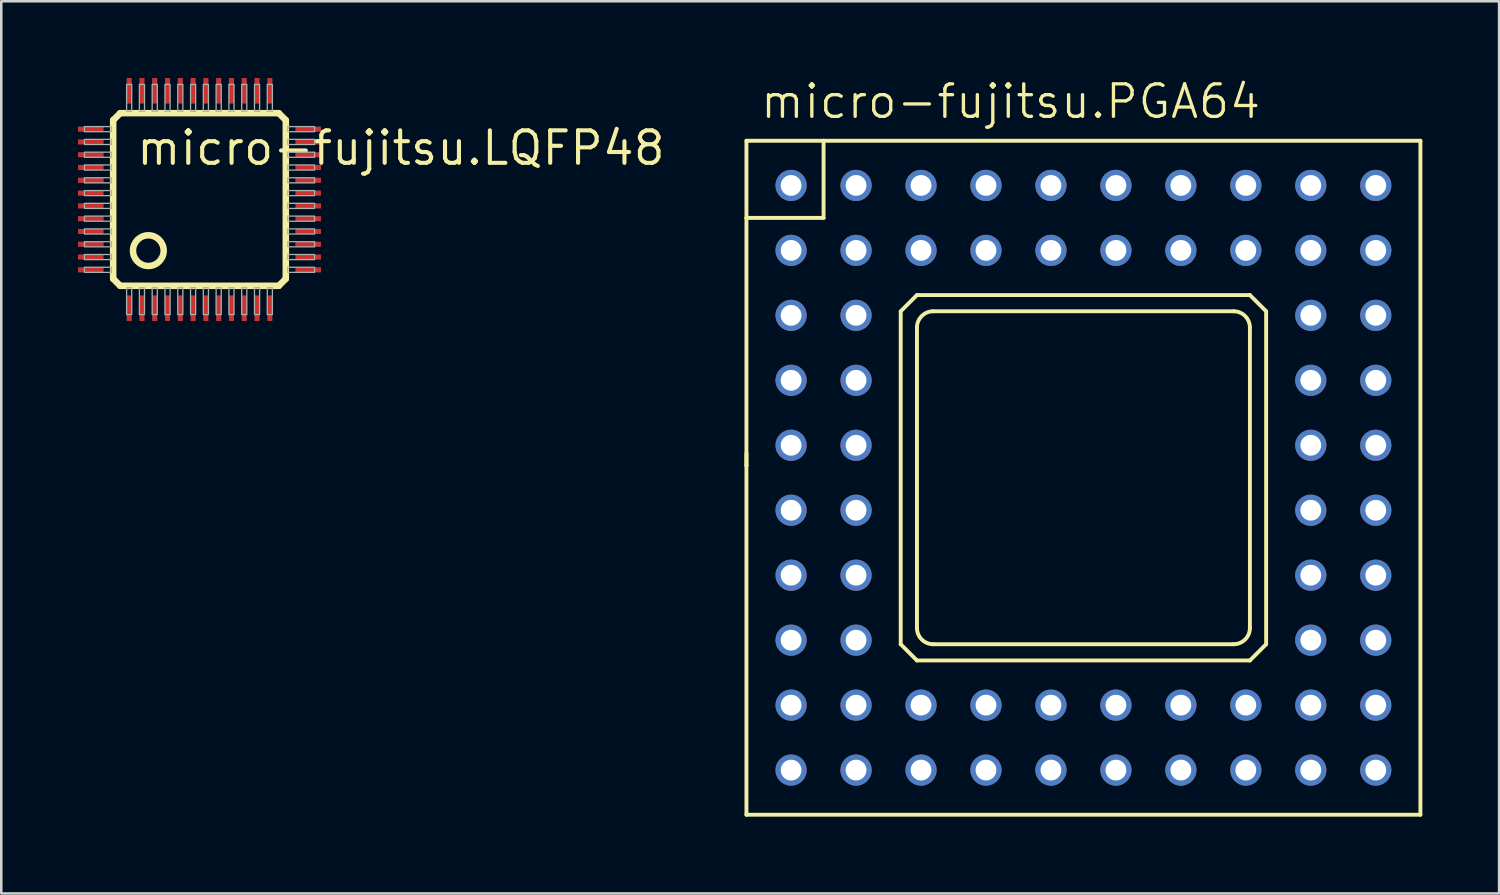
<source format=kicad_pcb>
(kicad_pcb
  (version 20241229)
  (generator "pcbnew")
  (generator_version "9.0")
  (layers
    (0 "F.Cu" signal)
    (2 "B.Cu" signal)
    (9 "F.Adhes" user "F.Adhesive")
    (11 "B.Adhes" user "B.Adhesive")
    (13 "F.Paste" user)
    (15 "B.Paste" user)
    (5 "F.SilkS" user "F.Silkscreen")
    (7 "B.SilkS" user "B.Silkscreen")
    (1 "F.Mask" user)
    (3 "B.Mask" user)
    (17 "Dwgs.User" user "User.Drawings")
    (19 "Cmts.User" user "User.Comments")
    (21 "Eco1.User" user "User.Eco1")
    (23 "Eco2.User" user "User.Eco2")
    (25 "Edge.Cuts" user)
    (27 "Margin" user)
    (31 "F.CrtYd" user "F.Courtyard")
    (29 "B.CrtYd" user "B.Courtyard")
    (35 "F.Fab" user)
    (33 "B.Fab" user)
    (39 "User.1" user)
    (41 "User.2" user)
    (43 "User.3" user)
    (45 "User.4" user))
  (footprint "micro-fujitsu.PGA64"
    (layer "F.Cu")
    (at 39.311 15.63)
    (property "Reference" "micro-fujitsu.PGA64" (at -12.7 -13.97 0) (layer "F.SilkS") (effects (font (size 1.27 1.27) (thickness 0.13)) (justify left bottom)))
    (attr through_hole)
    (fp_line (start -13.176 -0.953) (end -13.176 -0.476) (stroke (width 0.152) (type default)) (layer "F.SilkS"))
    (fp_line (start -13.176 13.176) (end 13.176 13.176) (stroke (width 0.152) (type default)) (layer "F.SilkS"))
    (fp_line (start -13.176 -13.176) (end -13.176 -10.16) (stroke (width 0.152) (type default)) (layer "F.SilkS"))
    (fp_line (start -13.176 -10.16) (end -13.176 -0.476) (stroke (width 0.152) (type default)) (layer "F.SilkS"))
    (fp_line (start -13.176 -0.476) (end -13.176 13.176) (stroke (width 0.152) (type default)) (layer "F.SilkS"))
    (fp_line (start -10.16 -13.176) (end -13.176 -13.176) (stroke (width 0.152) (type default)) (layer "F.SilkS"))
    (fp_line (start -10.16 -13.176) (end -10.16 -10.16) (stroke (width 0.152) (type default)) (layer "F.SilkS"))
    (fp_line (start -10.16 -10.16) (end -13.176 -10.16) (stroke (width 0.152) (type default)) (layer "F.SilkS"))
    (fp_line (start -7.144 -6.509) (end -7.144 6.509) (stroke (width 0.152) (type default)) (layer "F.SilkS"))
    (fp_line (start -7.144 6.509) (end -6.509 7.144) (stroke (width 0.152) (type default)) (layer "F.SilkS"))
    (fp_line (start -6.509 -7.144) (end -7.144 -6.509) (stroke (width 0.152) (type default)) (layer "F.SilkS"))
    (fp_line (start -6.509 7.144) (end 6.509 7.144) (stroke (width 0.152) (type default)) (layer "F.SilkS"))
    (fp_line (start -6.509 5.874) (end -6.509 -5.874) (stroke (width 0.152) (type default)) (layer "F.SilkS"))
    (fp_line (start -5.874 -6.509) (end 5.874 -6.509) (stroke (width 0.152) (type default)) (layer "F.SilkS"))
    (fp_line (start 5.874 6.509) (end -5.874 6.509) (stroke (width 0.152) (type default)) (layer "F.SilkS"))
    (fp_line (start 6.509 -7.144) (end -6.509 -7.144) (stroke (width 0.152) (type default)) (layer "F.SilkS"))
    (fp_line (start 6.509 -5.874) (end 6.509 5.874) (stroke (width 0.152) (type default)) (layer "F.SilkS"))
    (fp_line (start 6.509 7.144) (end 7.144 6.509) (stroke (width 0.152) (type default)) (layer "F.SilkS"))
    (fp_line (start 7.144 -6.509) (end 6.509 -7.144) (stroke (width 0.152) (type default)) (layer "F.SilkS"))
    (fp_line (start 7.144 6.509) (end 7.144 -6.509) (stroke (width 0.152) (type default)) (layer "F.SilkS"))
    (fp_line (start 13.176 13.176) (end 13.176 -13.176) (stroke (width 0.152) (type default)) (layer "F.SilkS"))
    (fp_line (start 13.176 -13.176) (end -10.16 -13.176) (stroke (width 0.152) (type default)) (layer "F.SilkS"))
    (fp_arc (start -6.509 -5.874) (mid -6.323013 -6.323013) (end -5.874 -6.509) (stroke (width 0.1524) (type default)) (layer "F.SilkS"))
    (fp_arc (start -5.8737 6.5087) (mid -6.322713 6.322713) (end -6.5087 5.8737) (stroke (width 0.1524) (type default)) (layer "F.SilkS"))
    (fp_arc (start 5.8738 -6.5088) (mid 6.322813 -6.322813) (end 6.5088 -5.8738) (stroke (width 0.1524) (type default)) (layer "F.SilkS"))
    (fp_arc (start 6.5088 5.8737) (mid 6.322813 6.322713) (end 5.8738 6.5087) (stroke (width 0.1524) (type default)) (layer "F.SilkS"))
    (pad "1" thru_hole circle (at -11.43 -11.43) (size 1.219 1.219) (drill 0.813) (layers "*.Cu" "*.Mask"))
    (pad "2" thru_hole circle (at -11.43 -8.89) (size 1.219 1.219) (drill 0.813) (layers "*.Cu" "*.Mask"))
    (pad "3" thru_hole circle (at -11.43 -6.35) (size 1.219 1.219) (drill 0.813) (layers "*.Cu" "*.Mask"))
    (pad "4" thru_hole circle (at -11.43 -3.81) (size 1.219 1.219) (drill 0.813) (layers "*.Cu" "*.Mask"))
    (pad "5" thru_hole circle (at -11.43 -1.27) (size 1.219 1.219) (drill 0.813) (layers "*.Cu" "*.Mask"))
    (pad "6" thru_hole circle (at -11.43 1.27) (size 1.219 1.219) (drill 0.813) (layers "*.Cu" "*.Mask"))
    (pad "7" thru_hole circle (at -11.43 3.81) (size 1.219 1.219) (drill 0.813) (layers "*.Cu" "*.Mask"))
    (pad "8" thru_hole circle (at -11.43 6.35) (size 1.219 1.219) (drill 0.813) (layers "*.Cu" "*.Mask"))
    (pad "9" thru_hole circle (at -11.43 8.89) (size 1.219 1.219) (drill 0.813) (layers "*.Cu" "*.Mask"))
    (pad "10" thru_hole circle (at -11.43 11.43) (size 1.219 1.219) (drill 0.813) (layers "*.Cu" "*.Mask"))
    (pad "11" thru_hole circle (at -8.89 11.43) (size 1.219 1.219) (drill 0.813) (layers "*.Cu" "*.Mask"))
    (pad "12" thru_hole circle (at -6.35 11.43) (size 1.219 1.219) (drill 0.813) (layers "*.Cu" "*.Mask"))
    (pad "13" thru_hole circle (at -3.81 11.43) (size 1.219 1.219) (drill 0.813) (layers "*.Cu" "*.Mask"))
    (pad "14" thru_hole circle (at -1.27 11.43) (size 1.219 1.219) (drill 0.813) (layers "*.Cu" "*.Mask"))
    (pad "15" thru_hole circle (at 1.27 11.43) (size 1.219 1.219) (drill 0.813) (layers "*.Cu" "*.Mask"))
    (pad "16" thru_hole circle (at 3.81 11.43) (size 1.219 1.219) (drill 0.813) (layers "*.Cu" "*.Mask"))
    (pad "17" thru_hole circle (at 6.35 11.43) (size 1.219 1.219) (drill 0.813) (layers "*.Cu" "*.Mask"))
    (pad "18" thru_hole circle (at 8.89 11.43) (size 1.219 1.219) (drill 0.813) (layers "*.Cu" "*.Mask"))
    (pad "19" thru_hole circle (at 11.43 11.43) (size 1.219 1.219) (drill 0.813) (layers "*.Cu" "*.Mask"))
    (pad "20" thru_hole circle (at 11.43 8.89) (size 1.219 1.219) (drill 0.813) (layers "*.Cu" "*.Mask"))
    (pad "21" thru_hole circle (at 11.43 6.35) (size 1.219 1.219) (drill 0.813) (layers "*.Cu" "*.Mask"))
    (pad "22" thru_hole circle (at 11.43 3.81) (size 1.219 1.219) (drill 0.813) (layers "*.Cu" "*.Mask"))
    (pad "23" thru_hole circle (at 11.43 1.27) (size 1.219 1.219) (drill 0.813) (layers "*.Cu" "*.Mask"))
    (pad "24" thru_hole circle (at 11.43 -1.27) (size 1.219 1.219) (drill 0.813) (layers "*.Cu" "*.Mask"))
    (pad "25" thru_hole circle (at 11.43 -3.81) (size 1.219 1.219) (drill 0.813) (layers "*.Cu" "*.Mask"))
    (pad "26" thru_hole circle (at 11.43 -6.35) (size 1.219 1.219) (drill 0.813) (layers "*.Cu" "*.Mask"))
    (pad "27" thru_hole circle (at 11.43 -8.89) (size 1.219 1.219) (drill 0.813) (layers "*.Cu" "*.Mask"))
    (pad "28" thru_hole circle (at 11.43 -11.43) (size 1.219 1.219) (drill 0.813) (layers "*.Cu" "*.Mask"))
    (pad "29" thru_hole circle (at 8.89 -11.43) (size 1.219 1.219) (drill 0.813) (layers "*.Cu" "*.Mask"))
    (pad "30" thru_hole circle (at 6.35 -11.43) (size 1.219 1.219) (drill 0.813) (layers "*.Cu" "*.Mask"))
    (pad "31" thru_hole circle (at 3.81 -11.43) (size 1.219 1.219) (drill 0.813) (layers "*.Cu" "*.Mask"))
    (pad "32" thru_hole circle (at 1.27 -11.43) (size 1.219 1.219) (drill 0.813) (layers "*.Cu" "*.Mask"))
    (pad "33" thru_hole circle (at -1.27 -11.43) (size 1.219 1.219) (drill 0.813) (layers "*.Cu" "*.Mask"))
    (pad "34" thru_hole circle (at -3.81 -11.43) (size 1.219 1.219) (drill 0.813) (layers "*.Cu" "*.Mask"))
    (pad "35" thru_hole circle (at -6.35 -11.43) (size 1.219 1.219) (drill 0.813) (layers "*.Cu" "*.Mask"))
    (pad "36" thru_hole circle (at -8.89 -11.43) (size 1.219 1.219) (drill 0.813) (layers "*.Cu" "*.Mask"))
    (pad "37" thru_hole circle (at -8.89 -8.89) (size 1.219 1.219) (drill 0.813) (layers "*.Cu" "*.Mask"))
    (pad "38" thru_hole circle (at -8.89 -6.35) (size 1.219 1.219) (drill 0.813) (layers "*.Cu" "*.Mask"))
    (pad "39" thru_hole circle (at -8.89 -3.81) (size 1.219 1.219) (drill 0.813) (layers "*.Cu" "*.Mask"))
    (pad "40" thru_hole circle (at -8.89 -1.27) (size 1.219 1.219) (drill 0.813) (layers "*.Cu" "*.Mask"))
    (pad "41" thru_hole circle (at -8.89 1.27) (size 1.219 1.219) (drill 0.813) (layers "*.Cu" "*.Mask"))
    (pad "42" thru_hole circle (at -8.89 3.81) (size 1.219 1.219) (drill 0.813) (layers "*.Cu" "*.Mask"))
    (pad "43" thru_hole circle (at -8.89 6.35) (size 1.219 1.219) (drill 0.813) (layers "*.Cu" "*.Mask"))
    (pad "44" thru_hole circle (at -8.89 8.89) (size 1.219 1.219) (drill 0.813) (layers "*.Cu" "*.Mask"))
    (pad "45" thru_hole circle (at -6.35 8.89) (size 1.219 1.219) (drill 0.813) (layers "*.Cu" "*.Mask"))
    (pad "46" thru_hole circle (at -3.81 8.89) (size 1.219 1.219) (drill 0.813) (layers "*.Cu" "*.Mask"))
    (pad "47" thru_hole circle (at -1.27 8.89) (size 1.219 1.219) (drill 0.813) (layers "*.Cu" "*.Mask"))
    (pad "48" thru_hole circle (at 1.27 8.89) (size 1.219 1.219) (drill 0.813) (layers "*.Cu" "*.Mask"))
    (pad "49" thru_hole circle (at 3.81 8.89) (size 1.219 1.219) (drill 0.813) (layers "*.Cu" "*.Mask"))
    (pad "50" thru_hole circle (at 6.35 8.89) (size 1.219 1.219) (drill 0.813) (layers "*.Cu" "*.Mask"))
    (pad "51" thru_hole circle (at 8.89 8.89) (size 1.219 1.219) (drill 0.813) (layers "*.Cu" "*.Mask"))
    (pad "52" thru_hole circle (at 8.89 6.35) (size 1.219 1.219) (drill 0.813) (layers "*.Cu" "*.Mask"))
    (pad "53" thru_hole circle (at 8.89 3.81) (size 1.219 1.219) (drill 0.813) (layers "*.Cu" "*.Mask"))
    (pad "54" thru_hole circle (at 8.89 1.27) (size 1.219 1.219) (drill 0.813) (layers "*.Cu" "*.Mask"))
    (pad "55" thru_hole circle (at 8.89 -1.27) (size 1.219 1.219) (drill 0.813) (layers "*.Cu" "*.Mask"))
    (pad "56" thru_hole circle (at 8.89 -3.81) (size 1.219 1.219) (drill 0.813) (layers "*.Cu" "*.Mask"))
    (pad "57" thru_hole circle (at 8.89 -6.35) (size 1.219 1.219) (drill 0.813) (layers "*.Cu" "*.Mask"))
    (pad "58" thru_hole circle (at 8.89 -8.89) (size 1.219 1.219) (drill 0.813) (layers "*.Cu" "*.Mask"))
    (pad "59" thru_hole circle (at 6.35 -8.89) (size 1.219 1.219) (drill 0.813) (layers "*.Cu" "*.Mask"))
    (pad "60" thru_hole circle (at 3.81 -8.89) (size 1.219 1.219) (drill 0.813) (layers "*.Cu" "*.Mask"))
    (pad "61" thru_hole circle (at 1.27 -8.89) (size 1.219 1.219) (drill 0.813) (layers "*.Cu" "*.Mask"))
    (pad "62" thru_hole circle (at -1.27 -8.89) (size 1.219 1.219) (drill 0.813) (layers "*.Cu" "*.Mask"))
    (pad "63" thru_hole circle (at -3.81 -8.89) (size 1.219 1.219) (drill 0.813) (layers "*.Cu" "*.Mask"))
    (pad "64" thru_hole circle (at -6.35 -8.89) (size 1.219 1.219) (drill 0.813) (layers "*.Cu" "*.Mask")))
  (footprint "micro-fujitsu.LQFP48"
    (layer "F.Cu")
    (at 4.75 4.75)
    (property "Reference" "micro-fujitsu.LQFP48" (at -2.54 -1.27 0) (layer "F.SilkS") (effects (font (size 1.27 1.27) (thickness 0.16)) (justify left bottom)))
    (attr smd)
    (fp_line (start -3.375 -3.1) (end -3.1 -3.375) (stroke (width 0.254) (type default)) (layer "F.SilkS"))
    (fp_line (start -3.375 3.1) (end -3.375 -3.1) (stroke (width 0.254) (type default)) (layer "F.SilkS"))
    (fp_line (start -3.1 -3.375) (end 3.1 -3.375) (stroke (width 0.254) (type default)) (layer "F.SilkS"))
    (fp_line (start -3.1 3.375) (end -3.375 3.1) (stroke (width 0.254) (type default)) (layer "F.SilkS"))
    (fp_line (start 3.1 -3.375) (end 3.375 -3.1) (stroke (width 0.254) (type default)) (layer "F.SilkS"))
    (fp_line (start 3.1 3.375) (end -3.1 3.375) (stroke (width 0.254) (type default)) (layer "F.SilkS"))
    (fp_line (start 3.375 -3.1) (end 3.375 3.1) (stroke (width 0.254) (type default)) (layer "F.SilkS"))
    (fp_line (start 3.375 3.1) (end 3.1 3.375) (stroke (width 0.254) (type default)) (layer "F.SilkS"))
    (fp_circle (center -2 2) (end -1.4 2) (stroke (width 0.254) (type default)) (fill no) (layer "F.SilkS"))
    (fp_rect (start -4.5 -2.65) (end -3.45 -2.85) (stroke (width 0.05) (type default)) (fill no) (layer "F.Fab"))
    (fp_rect (start -4.5 -2.15) (end -3.45 -2.35) (stroke (width 0.05) (type default)) (fill no) (layer "F.Fab"))
    (fp_rect (start -4.5 -1.65) (end -3.45 -1.85) (stroke (width 0.05) (type default)) (fill no) (layer "F.Fab"))
    (fp_rect (start -4.5 -1.15) (end -3.45 -1.35) (stroke (width 0.05) (type default)) (fill no) (layer "F.Fab"))
    (fp_rect (start -4.5 -0.65) (end -3.45 -0.85) (stroke (width 0.05) (type default)) (fill no) (layer "F.Fab"))
    (fp_rect (start -4.5 -0.15) (end -3.45 -0.35) (stroke (width 0.05) (type default)) (fill no) (layer "F.Fab"))
    (fp_rect (start -4.5 0.35) (end -3.45 0.15) (stroke (width 0.05) (type default)) (fill no) (layer "F.Fab"))
    (fp_rect (start -4.5 0.85) (end -3.45 0.65) (stroke (width 0.05) (type default)) (fill no) (layer "F.Fab"))
    (fp_rect (start -4.5 1.35) (end -3.45 1.15) (stroke (width 0.05) (type default)) (fill no) (layer "F.Fab"))
    (fp_rect (start -4.5 1.85) (end -3.45 1.65) (stroke (width 0.05) (type default)) (fill no) (layer "F.Fab"))
    (fp_rect (start -4.5 2.35) (end -3.45 2.15) (stroke (width 0.05) (type default)) (fill no) (layer "F.Fab"))
    (fp_rect (start -4.5 2.85) (end -3.45 2.65) (stroke (width 0.05) (type default)) (fill no) (layer "F.Fab"))
    (fp_rect (start -2.85 -3.45) (end -2.65 -4.5) (stroke (width 0.05) (type default)) (fill no) (layer "F.Fab"))
    (fp_rect (start -2.85 4.5) (end -2.65 3.45) (stroke (width 0.05) (type default)) (fill no) (layer "F.Fab"))
    (fp_rect (start -2.35 -3.45) (end -2.15 -4.5) (stroke (width 0.05) (type default)) (fill no) (layer "F.Fab"))
    (fp_rect (start -2.35 4.5) (end -2.15 3.45) (stroke (width 0.05) (type default)) (fill no) (layer "F.Fab"))
    (fp_rect (start -1.85 -3.45) (end -1.65 -4.5) (stroke (width 0.05) (type default)) (fill no) (layer "F.Fab"))
    (fp_rect (start -1.85 4.5) (end -1.65 3.45) (stroke (width 0.05) (type default)) (fill no) (layer "F.Fab"))
    (fp_rect (start -1.35 -3.45) (end -1.15 -4.5) (stroke (width 0.05) (type default)) (fill no) (layer "F.Fab"))
    (fp_rect (start -1.35 4.5) (end -1.15 3.45) (stroke (width 0.05) (type default)) (fill no) (layer "F.Fab"))
    (fp_rect (start -0.85 -3.45) (end -0.65 -4.5) (stroke (width 0.05) (type default)) (fill no) (layer "F.Fab"))
    (fp_rect (start -0.85 4.5) (end -0.65 3.45) (stroke (width 0.05) (type default)) (fill no) (layer "F.Fab"))
    (fp_rect (start -0.35 -3.45) (end -0.15 -4.5) (stroke (width 0.05) (type default)) (fill no) (layer "F.Fab"))
    (fp_rect (start -0.35 4.5) (end -0.15 3.45) (stroke (width 0.05) (type default)) (fill no) (layer "F.Fab"))
    (fp_rect (start 0.15 -3.45) (end 0.35 -4.5) (stroke (width 0.05) (type default)) (fill no) (layer "F.Fab"))
    (fp_rect (start 0.15 4.5) (end 0.35 3.45) (stroke (width 0.05) (type default)) (fill no) (layer "F.Fab"))
    (fp_rect (start 0.65 -3.45) (end 0.85 -4.5) (stroke (width 0.05) (type default)) (fill no) (layer "F.Fab"))
    (fp_rect (start 0.65 4.5) (end 0.85 3.45) (stroke (width 0.05) (type default)) (fill no) (layer "F.Fab"))
    (fp_rect (start 1.15 -3.45) (end 1.35 -4.5) (stroke (width 0.05) (type default)) (fill no) (layer "F.Fab"))
    (fp_rect (start 1.15 4.5) (end 1.35 3.45) (stroke (width 0.05) (type default)) (fill no) (layer "F.Fab"))
    (fp_rect (start 1.65 -3.45) (end 1.85 -4.5) (stroke (width 0.05) (type default)) (fill no) (layer "F.Fab"))
    (fp_rect (start 1.65 4.5) (end 1.85 3.45) (stroke (width 0.05) (type default)) (fill no) (layer "F.Fab"))
    (fp_rect (start 2.15 -3.45) (end 2.35 -4.5) (stroke (width 0.05) (type default)) (fill no) (layer "F.Fab"))
    (fp_rect (start 2.15 4.5) (end 2.35 3.45) (stroke (width 0.05) (type default)) (fill no) (layer "F.Fab"))
    (fp_rect (start 2.65 -3.45) (end 2.85 -4.5) (stroke (width 0.05) (type default)) (fill no) (layer "F.Fab"))
    (fp_rect (start 2.65 4.5) (end 2.85 3.45) (stroke (width 0.05) (type default)) (fill no) (layer "F.Fab"))
    (fp_rect (start 3.45 -2.65) (end 4.5 -2.85) (stroke (width 0.05) (type default)) (fill no) (layer "F.Fab"))
    (fp_rect (start 3.45 -2.15) (end 4.5 -2.35) (stroke (width 0.05) (type default)) (fill no) (layer "F.Fab"))
    (fp_rect (start 3.45 -1.65) (end 4.5 -1.85) (stroke (width 0.05) (type default)) (fill no) (layer "F.Fab"))
    (fp_rect (start 3.45 -1.15) (end 4.5 -1.35) (stroke (width 0.05) (type default)) (fill no) (layer "F.Fab"))
    (fp_rect (start 3.45 -0.65) (end 4.5 -0.85) (stroke (width 0.05) (type default)) (fill no) (layer "F.Fab"))
    (fp_rect (start 3.45 -0.15) (end 4.5 -0.35) (stroke (width 0.05) (type default)) (fill no) (layer "F.Fab"))
    (fp_rect (start 3.45 0.35) (end 4.5 0.15) (stroke (width 0.05) (type default)) (fill no) (layer "F.Fab"))
    (fp_rect (start 3.45 0.85) (end 4.5 0.65) (stroke (width 0.05) (type default)) (fill no) (layer "F.Fab"))
    (fp_rect (start 3.45 1.35) (end 4.5 1.15) (stroke (width 0.05) (type default)) (fill no) (layer "F.Fab"))
    (fp_rect (start 3.45 1.85) (end 4.5 1.65) (stroke (width 0.05) (type default)) (fill no) (layer "F.Fab"))
    (fp_rect (start 3.45 2.35) (end 4.5 2.15) (stroke (width 0.05) (type default)) (fill no) (layer "F.Fab"))
    (fp_rect (start 3.45 2.85) (end 4.5 2.65) (stroke (width 0.05) (type default)) (fill no) (layer "F.Fab"))
    (pad "1" smd roundrect (at -2.75 4.25) (size 0.2 1) (layers "F.Cu" "F.Mask" "F.Paste") (roundrect_rratio 0.01))
    (pad "2" smd roundrect (at -2.25 4.25) (size 0.2 1) (layers "F.Cu" "F.Mask" "F.Paste") (roundrect_rratio 0.01))
    (pad "3" smd roundrect (at -1.75 4.25) (size 0.2 1) (layers "F.Cu" "F.Mask" "F.Paste") (roundrect_rratio 0.01))
    (pad "4" smd roundrect (at -1.25 4.25) (size 0.2 1) (layers "F.Cu" "F.Mask" "F.Paste") (roundrect_rratio 0.01))
    (pad "5" smd roundrect (at -0.75 4.25) (size 0.2 1) (layers "F.Cu" "F.Mask" "F.Paste") (roundrect_rratio 0.01))
    (pad "6" smd roundrect (at -0.25 4.25) (size 0.2 1) (layers "F.Cu" "F.Mask" "F.Paste") (roundrect_rratio 0.01))
    (pad "7" smd roundrect (at 0.25 4.25) (size 0.2 1) (layers "F.Cu" "F.Mask" "F.Paste") (roundrect_rratio 0.01))
    (pad "8" smd roundrect (at 0.75 4.25) (size 0.2 1) (layers "F.Cu" "F.Mask" "F.Paste") (roundrect_rratio 0.01))
    (pad "9" smd roundrect (at 1.25 4.25) (size 0.2 1) (layers "F.Cu" "F.Mask" "F.Paste") (roundrect_rratio 0.01))
    (pad "10" smd roundrect (at 1.75 4.25) (size 0.2 1) (layers "F.Cu" "F.Mask" "F.Paste") (roundrect_rratio 0.01))
    (pad "11" smd roundrect (at 2.25 4.25) (size 0.2 1) (layers "F.Cu" "F.Mask" "F.Paste") (roundrect_rratio 0.01))
    (pad "12" smd roundrect (at 2.75 4.25) (size 0.2 1) (layers "F.Cu" "F.Mask" "F.Paste") (roundrect_rratio 0.01))
    (pad "13" smd roundrect (at 4.25 2.75) (size 1 0.2) (layers "F.Cu" "F.Mask" "F.Paste") (roundrect_rratio 0.01))
    (pad "14" smd roundrect (at 4.25 2.25) (size 1 0.2) (layers "F.Cu" "F.Mask" "F.Paste") (roundrect_rratio 0.01))
    (pad "15" smd roundrect (at 4.25 1.75) (size 1 0.2) (layers "F.Cu" "F.Mask" "F.Paste") (roundrect_rratio 0.01))
    (pad "16" smd roundrect (at 4.25 1.25) (size 1 0.2) (layers "F.Cu" "F.Mask" "F.Paste") (roundrect_rratio 0.01))
    (pad "17" smd roundrect (at 4.25 0.75) (size 1 0.2) (layers "F.Cu" "F.Mask" "F.Paste") (roundrect_rratio 0.01))
    (pad "18" smd roundrect (at 4.25 0.25) (size 1 0.2) (layers "F.Cu" "F.Mask" "F.Paste") (roundrect_rratio 0.01))
    (pad "19" smd roundrect (at 4.25 -0.25) (size 1 0.2) (layers "F.Cu" "F.Mask" "F.Paste") (roundrect_rratio 0.01))
    (pad "20" smd roundrect (at 4.25 -0.75) (size 1 0.2) (layers "F.Cu" "F.Mask" "F.Paste") (roundrect_rratio 0.01))
    (pad "21" smd roundrect (at 4.25 -1.25) (size 1 0.2) (layers "F.Cu" "F.Mask" "F.Paste") (roundrect_rratio 0.01))
    (pad "22" smd roundrect (at 4.25 -1.75) (size 1 0.2) (layers "F.Cu" "F.Mask" "F.Paste") (roundrect_rratio 0.01))
    (pad "23" smd roundrect (at 4.25 -2.25) (size 1 0.2) (layers "F.Cu" "F.Mask" "F.Paste") (roundrect_rratio 0.01))
    (pad "24" smd roundrect (at 4.25 -2.75) (size 1 0.2) (layers "F.Cu" "F.Mask" "F.Paste") (roundrect_rratio 0.01))
    (pad "25" smd roundrect (at 2.75 -4.25) (size 0.2 1) (layers "F.Cu" "F.Mask" "F.Paste") (roundrect_rratio 0.01))
    (pad "26" smd roundrect (at 2.25 -4.25) (size 0.2 1) (layers "F.Cu" "F.Mask" "F.Paste") (roundrect_rratio 0.01))
    (pad "27" smd roundrect (at 1.75 -4.25) (size 0.2 1) (layers "F.Cu" "F.Mask" "F.Paste") (roundrect_rratio 0.01))
    (pad "28" smd roundrect (at 1.25 -4.25) (size 0.2 1) (layers "F.Cu" "F.Mask" "F.Paste") (roundrect_rratio 0.01))
    (pad "29" smd roundrect (at 0.75 -4.25) (size 0.2 1) (layers "F.Cu" "F.Mask" "F.Paste") (roundrect_rratio 0.01))
    (pad "30" smd roundrect (at 0.25 -4.25) (size 0.2 1) (layers "F.Cu" "F.Mask" "F.Paste") (roundrect_rratio 0.01))
    (pad "31" smd roundrect (at -0.25 -4.25) (size 0.2 1) (layers "F.Cu" "F.Mask" "F.Paste") (roundrect_rratio 0.01))
    (pad "32" smd roundrect (at -0.75 -4.25) (size 0.2 1) (layers "F.Cu" "F.Mask" "F.Paste") (roundrect_rratio 0.01))
    (pad "33" smd roundrect (at -1.25 -4.25) (size 0.2 1) (layers "F.Cu" "F.Mask" "F.Paste") (roundrect_rratio 0.01))
    (pad "34" smd roundrect (at -1.75 -4.25) (size 0.2 1) (layers "F.Cu" "F.Mask" "F.Paste") (roundrect_rratio 0.01))
    (pad "35" smd roundrect (at -2.25 -4.25) (size 0.2 1) (layers "F.Cu" "F.Mask" "F.Paste") (roundrect_rratio 0.01))
    (pad "36" smd roundrect (at -2.75 -4.25) (size 0.2 1) (layers "F.Cu" "F.Mask" "F.Paste") (roundrect_rratio 0.01))
    (pad "37" smd roundrect (at -4.25 -2.75) (size 1 0.2) (layers "F.Cu" "F.Mask" "F.Paste") (roundrect_rratio 0.01))
    (pad "38" smd roundrect (at -4.25 -2.25) (size 1 0.2) (layers "F.Cu" "F.Mask" "F.Paste") (roundrect_rratio 0.01))
    (pad "39" smd roundrect (at -4.25 -1.75) (size 1 0.2) (layers "F.Cu" "F.Mask" "F.Paste") (roundrect_rratio 0.01))
    (pad "40" smd roundrect (at -4.25 -1.25) (size 1 0.2) (layers "F.Cu" "F.Mask" "F.Paste") (roundrect_rratio 0.01))
    (pad "41" smd roundrect (at -4.25 -0.75) (size 1 0.2) (layers "F.Cu" "F.Mask" "F.Paste") (roundrect_rratio 0.01))
    (pad "42" smd roundrect (at -4.25 -0.25) (size 1 0.2) (layers "F.Cu" "F.Mask" "F.Paste") (roundrect_rratio 0.01))
    (pad "43" smd roundrect (at -4.25 0.25) (size 1 0.2) (layers "F.Cu" "F.Mask" "F.Paste") (roundrect_rratio 0.01))
    (pad "44" smd roundrect (at -4.25 0.75) (size 1 0.2) (layers "F.Cu" "F.Mask" "F.Paste") (roundrect_rratio 0.01))
    (pad "45" smd roundrect (at -4.25 1.25) (size 1 0.2) (layers "F.Cu" "F.Mask" "F.Paste") (roundrect_rratio 0.01))
    (pad "46" smd roundrect (at -4.25 1.75) (size 1 0.2) (layers "F.Cu" "F.Mask" "F.Paste") (roundrect_rratio 0.01))
    (pad "47" smd roundrect (at -4.25 2.25) (size 1 0.2) (layers "F.Cu" "F.Mask" "F.Paste") (roundrect_rratio 0.01))
    (pad "48" smd roundrect (at -4.25 2.75) (size 1 0.2) (layers "F.Cu" "F.Mask" "F.Paste") (roundrect_rratio 0.01)))
  (gr_rect
    (start -3 -3)
    (end 55.563 31.883)
    (stroke (width 0.1) (type default))
    (fill no)
    (layer "Edge.Cuts")))
</source>
